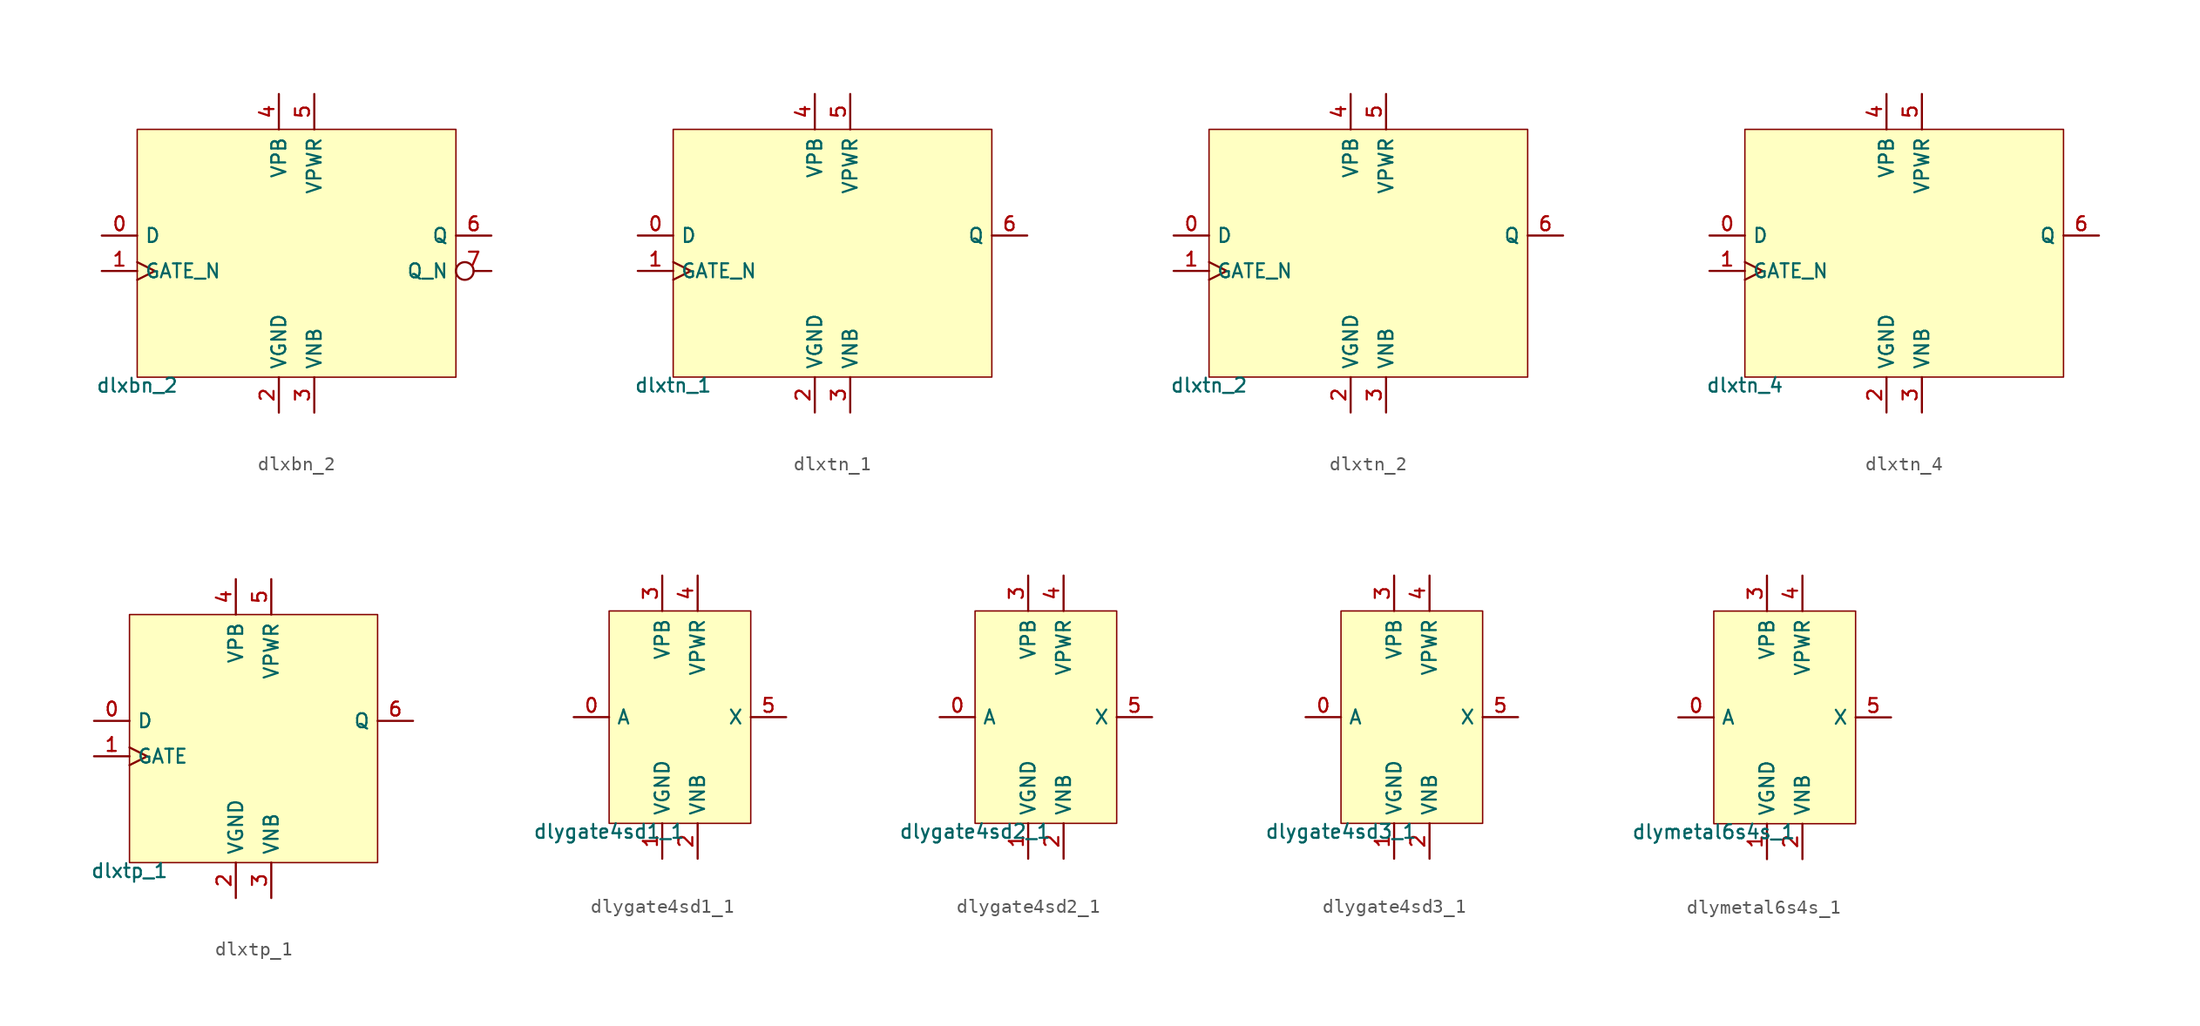
<source format=kicad_sym>
(kicad_symbol_lib
  (version 20211014)
  (generator pdk2kicad)
  (symbol "dlxbn_2"
    (property "Reference" "X"
      (at 0 0 0)
      (effects (font (size 1 1)) hide))
    (property "Value" "dlxbn_2"
      (at -11.43 -8.89 0)
      (effects (font (size 1 1)) (justify top)))
    (rectangle
      (start -11.43 -8.89)
      (end 11.43 8.89)
      (stroke (width 0.1) (type solid) (color 0 0 0 0))
      (fill (type background)))
    (pin input line
      (at -13.97 1.27 0)
      (length 2.54)
      (name "D" (effects (font (size 1 1)) hide))
      (number "0" (effects (font (size 1 1)) hide)))
    (pin input clock
      (at -13.97 -1.27 0)
      (length 2.54)
      (name "GATE_N" (effects (font (size 1 1)) hide))
      (number "1" (effects (font (size 1 1)) hide)))
    (pin power_in line
      (at -1.27 -11.43 90)
      (length 2.54)
      (name "VGND" (effects (font (size 1 1)) hide))
      (number "2" (effects (font (size 1 1)) hide)))
    (pin power_in line
      (at 1.27 -11.43 90)
      (length 2.54)
      (name "VNB" (effects (font (size 1 1)) hide))
      (number "3" (effects (font (size 1 1)) hide)))
    (pin power_in line
      (at -1.27 11.43 270)
      (length 2.54)
      (name "VPB" (effects (font (size 1 1)) hide))
      (number "4" (effects (font (size 1 1)) hide)))
    (pin power_in line
      (at 1.27 11.43 270)
      (length 2.54)
      (name "VPWR" (effects (font (size 1 1)) hide))
      (number "5" (effects (font (size 1 1)) hide)))
    (pin output line
      (at 13.97 1.27 180)
      (length 2.54)
      (name "Q" (effects (font (size 1 1)) hide))
      (number "6" (effects (font (size 1 1)) hide)))
    (pin output inverted
      (at 13.97 -1.27 180)
      (length 2.54)
      (name "Q_N" (effects (font (size 1 1)) hide))
      (number "7" (effects (font (size 1 1)) hide))))
  (symbol "dlxtn_1"
    (property "Reference" "X"
      (at 0 0 0)
      (effects (font (size 1 1)) hide))
    (property "Value" "dlxtn_1"
      (at -11.43 -8.89 0)
      (effects (font (size 1 1)) (justify top)))
    (rectangle
      (start -11.43 -8.89)
      (end 11.43 8.89)
      (stroke (width 0.1) (type solid) (color 0 0 0 0))
      (fill (type background)))
    (pin input line
      (at -13.97 1.27 0)
      (length 2.54)
      (name "D" (effects (font (size 1 1)) hide))
      (number "0" (effects (font (size 1 1)) hide)))
    (pin input clock
      (at -13.97 -1.27 0)
      (length 2.54)
      (name "GATE_N" (effects (font (size 1 1)) hide))
      (number "1" (effects (font (size 1 1)) hide)))
    (pin power_in line
      (at -1.27 -11.43 90)
      (length 2.54)
      (name "VGND" (effects (font (size 1 1)) hide))
      (number "2" (effects (font (size 1 1)) hide)))
    (pin power_in line
      (at 1.27 -11.43 90)
      (length 2.54)
      (name "VNB" (effects (font (size 1 1)) hide))
      (number "3" (effects (font (size 1 1)) hide)))
    (pin power_in line
      (at -1.27 11.43 270)
      (length 2.54)
      (name "VPB" (effects (font (size 1 1)) hide))
      (number "4" (effects (font (size 1 1)) hide)))
    (pin power_in line
      (at 1.27 11.43 270)
      (length 2.54)
      (name "VPWR" (effects (font (size 1 1)) hide))
      (number "5" (effects (font (size 1 1)) hide)))
    (pin output line
      (at 13.97 1.27 180)
      (length 2.54)
      (name "Q" (effects (font (size 1 1)) hide))
      (number "6" (effects (font (size 1 1)) hide))))
  (symbol "dlxtn_2"
    (property "Reference" "X"
      (at 0 0 0)
      (effects (font (size 1 1)) hide))
    (property "Value" "dlxtn_2"
      (at -11.43 -8.89 0)
      (effects (font (size 1 1)) (justify top)))
    (rectangle
      (start -11.43 -8.89)
      (end 11.43 8.89)
      (stroke (width 0.1) (type solid) (color 0 0 0 0))
      (fill (type background)))
    (pin input line
      (at -13.97 1.27 0)
      (length 2.54)
      (name "D" (effects (font (size 1 1)) hide))
      (number "0" (effects (font (size 1 1)) hide)))
    (pin input clock
      (at -13.97 -1.27 0)
      (length 2.54)
      (name "GATE_N" (effects (font (size 1 1)) hide))
      (number "1" (effects (font (size 1 1)) hide)))
    (pin power_in line
      (at -1.27 -11.43 90)
      (length 2.54)
      (name "VGND" (effects (font (size 1 1)) hide))
      (number "2" (effects (font (size 1 1)) hide)))
    (pin power_in line
      (at 1.27 -11.43 90)
      (length 2.54)
      (name "VNB" (effects (font (size 1 1)) hide))
      (number "3" (effects (font (size 1 1)) hide)))
    (pin power_in line
      (at -1.27 11.43 270)
      (length 2.54)
      (name "VPB" (effects (font (size 1 1)) hide))
      (number "4" (effects (font (size 1 1)) hide)))
    (pin power_in line
      (at 1.27 11.43 270)
      (length 2.54)
      (name "VPWR" (effects (font (size 1 1)) hide))
      (number "5" (effects (font (size 1 1)) hide)))
    (pin output line
      (at 13.97 1.27 180)
      (length 2.54)
      (name "Q" (effects (font (size 1 1)) hide))
      (number "6" (effects (font (size 1 1)) hide))))
  (symbol "dlxtn_4"
    (property "Reference" "X"
      (at 0 0 0)
      (effects (font (size 1 1)) hide))
    (property "Value" "dlxtn_4"
      (at -11.43 -8.89 0)
      (effects (font (size 1 1)) (justify top)))
    (rectangle
      (start -11.43 -8.89)
      (end 11.43 8.89)
      (stroke (width 0.1) (type solid) (color 0 0 0 0))
      (fill (type background)))
    (pin input line
      (at -13.97 1.27 0)
      (length 2.54)
      (name "D" (effects (font (size 1 1)) hide))
      (number "0" (effects (font (size 1 1)) hide)))
    (pin input clock
      (at -13.97 -1.27 0)
      (length 2.54)
      (name "GATE_N" (effects (font (size 1 1)) hide))
      (number "1" (effects (font (size 1 1)) hide)))
    (pin power_in line
      (at -1.27 -11.43 90)
      (length 2.54)
      (name "VGND" (effects (font (size 1 1)) hide))
      (number "2" (effects (font (size 1 1)) hide)))
    (pin power_in line
      (at 1.27 -11.43 90)
      (length 2.54)
      (name "VNB" (effects (font (size 1 1)) hide))
      (number "3" (effects (font (size 1 1)) hide)))
    (pin power_in line
      (at -1.27 11.43 270)
      (length 2.54)
      (name "VPB" (effects (font (size 1 1)) hide))
      (number "4" (effects (font (size 1 1)) hide)))
    (pin power_in line
      (at 1.27 11.43 270)
      (length 2.54)
      (name "VPWR" (effects (font (size 1 1)) hide))
      (number "5" (effects (font (size 1 1)) hide)))
    (pin output line
      (at 13.97 1.27 180)
      (length 2.54)
      (name "Q" (effects (font (size 1 1)) hide))
      (number "6" (effects (font (size 1 1)) hide))))
  (symbol "dlxtp_1"
    (property "Reference" "X"
      (at 0 0 0)
      (effects (font (size 1 1)) hide))
    (property "Value" "dlxtp_1"
      (at -8.89 -8.89 0)
      (effects (font (size 1 1)) (justify top)))
    (rectangle
      (start -8.89 -8.89)
      (end 8.89 8.89)
      (stroke (width 0.1) (type solid) (color 0 0 0 0))
      (fill (type background)))
    (pin input line
      (at -11.43 1.27 0)
      (length 2.54)
      (name "D" (effects (font (size 1 1)) hide))
      (number "0" (effects (font (size 1 1)) hide)))
    (pin input clock
      (at -11.43 -1.27 0)
      (length 2.54)
      (name "GATE" (effects (font (size 1 1)) hide))
      (number "1" (effects (font (size 1 1)) hide)))
    (pin power_in line
      (at -1.27 -11.43 90)
      (length 2.54)
      (name "VGND" (effects (font (size 1 1)) hide))
      (number "2" (effects (font (size 1 1)) hide)))
    (pin power_in line
      (at 1.27 -11.43 90)
      (length 2.54)
      (name "VNB" (effects (font (size 1 1)) hide))
      (number "3" (effects (font (size 1 1)) hide)))
    (pin power_in line
      (at -1.27 11.43 270)
      (length 2.54)
      (name "VPB" (effects (font (size 1 1)) hide))
      (number "4" (effects (font (size 1 1)) hide)))
    (pin power_in line
      (at 1.27 11.43 270)
      (length 2.54)
      (name "VPWR" (effects (font (size 1 1)) hide))
      (number "5" (effects (font (size 1 1)) hide)))
    (pin output line
      (at 11.43 1.27 180)
      (length 2.54)
      (name "Q" (effects (font (size 1 1)) hide))
      (number "6" (effects (font (size 1 1)) hide))))
  (symbol "dlygate4sd1_1"
    (property "Reference" "X"
      (at 0 0 0)
      (effects (font (size 1 1)) hide))
    (property "Value" "dlygate4sd1_1"
      (at -5.08 -7.62 0)
      (effects (font (size 1 1)) (justify top)))
    (rectangle
      (start -5.08 -7.62)
      (end 5.08 7.62)
      (stroke (width 0.1) (type solid) (color 0 0 0 0))
      (fill (type background)))
    (pin input line
      (at -7.62 0.0 0)
      (length 2.54)
      (name "A" (effects (font (size 1 1)) hide))
      (number "0" (effects (font (size 1 1)) hide)))
    (pin power_in line
      (at -1.27 -10.16 90)
      (length 2.54)
      (name "VGND" (effects (font (size 1 1)) hide))
      (number "1" (effects (font (size 1 1)) hide)))
    (pin power_in line
      (at 1.27 -10.16 90)
      (length 2.54)
      (name "VNB" (effects (font (size 1 1)) hide))
      (number "2" (effects (font (size 1 1)) hide)))
    (pin power_in line
      (at -1.27 10.16 270)
      (length 2.54)
      (name "VPB" (effects (font (size 1 1)) hide))
      (number "3" (effects (font (size 1 1)) hide)))
    (pin power_in line
      (at 1.27 10.16 270)
      (length 2.54)
      (name "VPWR" (effects (font (size 1 1)) hide))
      (number "4" (effects (font (size 1 1)) hide)))
    (pin output line
      (at 7.62 0.0 180)
      (length 2.54)
      (name "X" (effects (font (size 1 1)) hide))
      (number "5" (effects (font (size 1 1)) hide))))
  (symbol "dlygate4sd2_1"
    (property "Reference" "X"
      (at 0 0 0)
      (effects (font (size 1 1)) hide))
    (property "Value" "dlygate4sd2_1"
      (at -5.08 -7.62 0)
      (effects (font (size 1 1)) (justify top)))
    (rectangle
      (start -5.08 -7.62)
      (end 5.08 7.62)
      (stroke (width 0.1) (type solid) (color 0 0 0 0))
      (fill (type background)))
    (pin input line
      (at -7.62 0.0 0)
      (length 2.54)
      (name "A" (effects (font (size 1 1)) hide))
      (number "0" (effects (font (size 1 1)) hide)))
    (pin power_in line
      (at -1.27 -10.16 90)
      (length 2.54)
      (name "VGND" (effects (font (size 1 1)) hide))
      (number "1" (effects (font (size 1 1)) hide)))
    (pin power_in line
      (at 1.27 -10.16 90)
      (length 2.54)
      (name "VNB" (effects (font (size 1 1)) hide))
      (number "2" (effects (font (size 1 1)) hide)))
    (pin power_in line
      (at -1.27 10.16 270)
      (length 2.54)
      (name "VPB" (effects (font (size 1 1)) hide))
      (number "3" (effects (font (size 1 1)) hide)))
    (pin power_in line
      (at 1.27 10.16 270)
      (length 2.54)
      (name "VPWR" (effects (font (size 1 1)) hide))
      (number "4" (effects (font (size 1 1)) hide)))
    (pin output line
      (at 7.62 0.0 180)
      (length 2.54)
      (name "X" (effects (font (size 1 1)) hide))
      (number "5" (effects (font (size 1 1)) hide))))
  (symbol "dlygate4sd3_1"
    (property "Reference" "X"
      (at 0 0 0)
      (effects (font (size 1 1)) hide))
    (property "Value" "dlygate4sd3_1"
      (at -5.08 -7.62 0)
      (effects (font (size 1 1)) (justify top)))
    (rectangle
      (start -5.08 -7.62)
      (end 5.08 7.62)
      (stroke (width 0.1) (type solid) (color 0 0 0 0))
      (fill (type background)))
    (pin input line
      (at -7.62 0.0 0)
      (length 2.54)
      (name "A" (effects (font (size 1 1)) hide))
      (number "0" (effects (font (size 1 1)) hide)))
    (pin power_in line
      (at -1.27 -10.16 90)
      (length 2.54)
      (name "VGND" (effects (font (size 1 1)) hide))
      (number "1" (effects (font (size 1 1)) hide)))
    (pin power_in line
      (at 1.27 -10.16 90)
      (length 2.54)
      (name "VNB" (effects (font (size 1 1)) hide))
      (number "2" (effects (font (size 1 1)) hide)))
    (pin power_in line
      (at -1.27 10.16 270)
      (length 2.54)
      (name "VPB" (effects (font (size 1 1)) hide))
      (number "3" (effects (font (size 1 1)) hide)))
    (pin power_in line
      (at 1.27 10.16 270)
      (length 2.54)
      (name "VPWR" (effects (font (size 1 1)) hide))
      (number "4" (effects (font (size 1 1)) hide)))
    (pin output line
      (at 7.62 0.0 180)
      (length 2.54)
      (name "X" (effects (font (size 1 1)) hide))
      (number "5" (effects (font (size 1 1)) hide))))
  (symbol "dlymetal6s4s_1"
    (property "Reference" "X"
      (at 0 0 0)
      (effects (font (size 1 1)) hide))
    (property "Value" "dlymetal6s4s_1"
      (at -5.08 -7.62 0)
      (effects (font (size 1 1)) (justify top)))
    (rectangle
      (start -5.08 -7.62)
      (end 5.08 7.62)
      (stroke (width 0.1) (type solid) (color 0 0 0 0))
      (fill (type background)))
    (pin input line
      (at -7.62 0.0 0)
      (length 2.54)
      (name "A" (effects (font (size 1 1)) hide))
      (number "0" (effects (font (size 1 1)) hide)))
    (pin power_in line
      (at -1.27 -10.16 90)
      (length 2.54)
      (name "VGND" (effects (font (size 1 1)) hide))
      (number "1" (effects (font (size 1 1)) hide)))
    (pin power_in line
      (at 1.27 -10.16 90)
      (length 2.54)
      (name "VNB" (effects (font (size 1 1)) hide))
      (number "2" (effects (font (size 1 1)) hide)))
    (pin power_in line
      (at -1.27 10.16 270)
      (length 2.54)
      (name "VPB" (effects (font (size 1 1)) hide))
      (number "3" (effects (font (size 1 1)) hide)))
    (pin power_in line
      (at 1.27 10.16 270)
      (length 2.54)
      (name "VPWR" (effects (font (size 1 1)) hide))
      (number "4" (effects (font (size 1 1)) hide)))
    (pin output line
      (at 7.62 0.0 180)
      (length 2.54)
      (name "X" (effects (font (size 1 1)) hide))
      (number "5" (effects (font (size 1 1)) hide)))))
</source>
